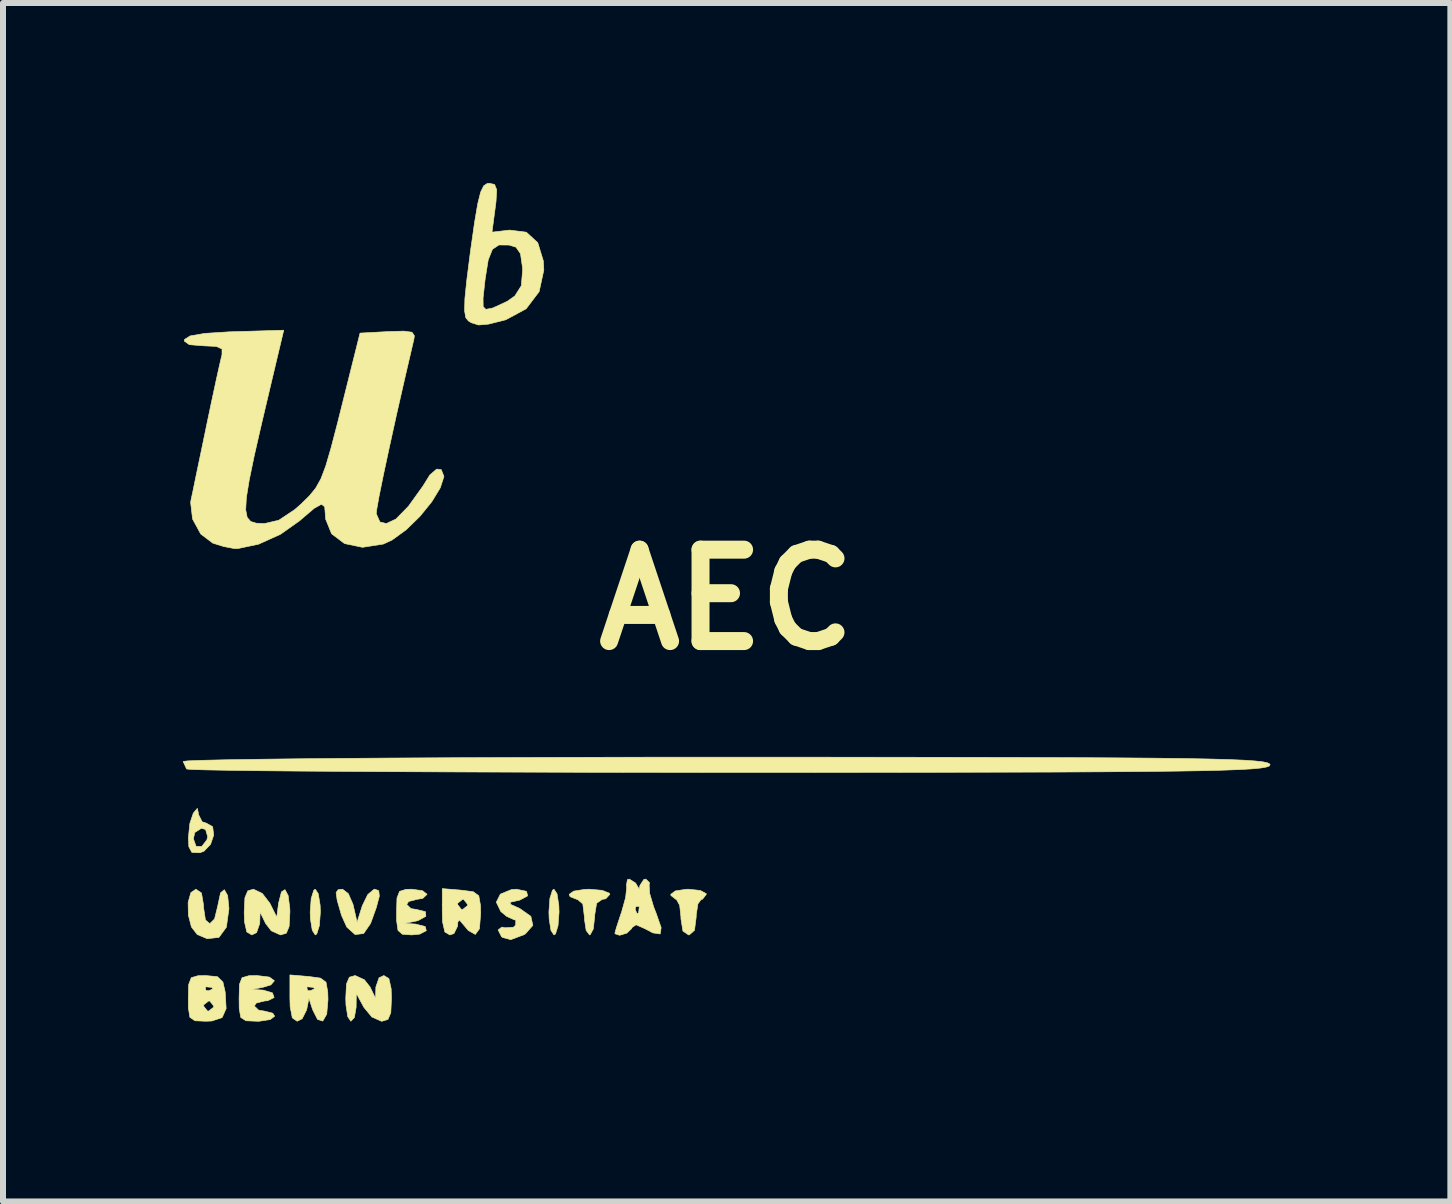
<source format=kicad_pcb>
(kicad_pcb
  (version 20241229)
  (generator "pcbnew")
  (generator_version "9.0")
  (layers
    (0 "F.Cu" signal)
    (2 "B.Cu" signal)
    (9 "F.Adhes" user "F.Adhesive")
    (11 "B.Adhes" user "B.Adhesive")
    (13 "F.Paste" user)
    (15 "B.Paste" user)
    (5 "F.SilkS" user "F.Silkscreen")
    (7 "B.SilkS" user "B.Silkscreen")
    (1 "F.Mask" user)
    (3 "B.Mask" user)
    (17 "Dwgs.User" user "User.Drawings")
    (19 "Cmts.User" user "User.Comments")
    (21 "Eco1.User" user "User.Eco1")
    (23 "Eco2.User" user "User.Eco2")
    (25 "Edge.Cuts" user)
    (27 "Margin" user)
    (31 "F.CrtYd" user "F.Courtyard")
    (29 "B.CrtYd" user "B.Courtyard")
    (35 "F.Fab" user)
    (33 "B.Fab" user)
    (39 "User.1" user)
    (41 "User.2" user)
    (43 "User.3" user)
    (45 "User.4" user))
  (footprint "AEC"
    (layer "F.Cu")
    (at 9.064 6.948)
    (property "Reference" "AEC" (at 0 0 0) (layer "F.SilkS") (effects (font (size 1.524 1.524) (thickness 0.3))))
    (attr through_hole)
    (fp_poly (pts (xy -6.808 4.902) (xy -6.777 5.093) (xy -6.773 5.207) (xy -6.79 5.434) (xy -6.833 5.571) (xy -6.858 5.588) (xy -6.908 5.512) (xy -6.939 5.321) (xy -6.943 5.207) (xy -6.926 4.98) (xy -6.883 4.843) (xy -6.858 4.826) (xy -6.808 4.902)) (stroke (width 0.01) (type solid)) (fill yes) (layer "F.SilkS"))
    (fp_poly (pts (xy -2.828 4.902) (xy -2.798 5.093) (xy -2.794 5.207) (xy -2.811 5.434) (xy -2.853 5.571) (xy -2.879 5.588) (xy -2.929 5.512) (xy -2.959 5.321) (xy -2.963 5.207) (xy -2.947 4.98) (xy -2.904 4.843) (xy -2.879 4.826) (xy -2.828 4.902)) (stroke (width 0.01) (type solid)) (fill yes) (layer "F.SilkS"))
    (fp_poly (pts (xy -5.8 4.85) (xy -5.79 4.941) (xy -5.84 5.13) (xy -5.936 5.397) (xy -6.052 5.565) (xy -6.194 5.582) (xy -6.333 5.457) (xy -6.421 5.261) (xy -6.493 5.01) (xy -6.511 4.881) (xy -6.475 4.833) (xy -6.403 4.826) (xy -6.307 4.9) (xy -6.229 5.079) (xy -6.224 5.101) (xy -6.161 5.376) (xy -6.074 5.101) (xy -5.983 4.915) (xy -5.878 4.827) (xy -5.866 4.826) (xy -5.8 4.85)) (stroke (width 0.01) (type solid)) (fill yes) (layer "F.SilkS"))
    (fp_poly (pts (xy -8.755 4.889) (xy -8.721 5.09) (xy -8.721 5.129) (xy -8.689 5.339) (xy -8.617 5.401) (xy -8.537 5.321) (xy -8.483 5.102) (xy -8.482 5.095) (xy -8.437 4.886) (xy -8.374 4.834) (xy -8.319 4.932) (xy -8.297 5.148) (xy -8.34 5.459) (xy -8.464 5.629) (xy -8.66 5.651) (xy -8.826 5.581) (xy -8.923 5.455) (xy -8.974 5.257) (xy -8.978 5.046) (xy -8.932 4.883) (xy -8.848 4.826) (xy -8.755 4.889)) (stroke (width 0.01) (type solid)) (fill yes) (layer "F.SilkS"))
    (fp_poly (pts (xy -2.074 4.845) (xy -1.956 4.892) (xy -1.947 4.911) (xy -2.016 4.986) (xy -2.074 4.995) (xy -2.168 5.06) (xy -2.201 5.265) (xy -2.201 5.292) (xy -2.223 5.488) (xy -2.275 5.585) (xy -2.286 5.588) (xy -2.342 5.514) (xy -2.37 5.331) (xy -2.371 5.292) (xy -2.398 5.072) (xy -2.486 4.996) (xy -2.498 4.995) (xy -2.61 4.95) (xy -2.625 4.911) (xy -2.55 4.858) (xy -2.362 4.828) (xy -2.286 4.826) (xy -2.074 4.845)) (stroke (width 0.01) (type solid)) (fill yes) (layer "F.SilkS"))
    (fp_poly (pts (xy -0.439 4.847) (xy -0.341 4.9) (xy -0.339 4.911) (xy -0.403 4.993) (xy -0.423 4.995) (xy -0.479 5.07) (xy -0.507 5.253) (xy -0.508 5.292) (xy -0.536 5.511) (xy -0.623 5.587) (xy -0.635 5.588) (xy -0.729 5.524) (xy -0.762 5.319) (xy -0.762 5.292) (xy -0.783 5.096) (xy -0.836 4.998) (xy -0.847 4.995) (xy -0.929 4.931) (xy -0.931 4.911) (xy -0.857 4.855) (xy -0.674 4.827) (xy -0.635 4.826) (xy -0.439 4.847)) (stroke (width 0.01) (type solid)) (fill yes) (layer "F.SilkS"))
    (fp_poly (pts (xy -7.742 4.896) (xy -7.616 5.059) (xy -7.5 5.292) (xy -7.47 5.059) (xy -7.422 4.87) (xy -7.363 4.833) (xy -7.31 4.932) (xy -7.282 5.154) (xy -7.281 5.207) (xy -7.294 5.447) (xy -7.341 5.56) (xy -7.438 5.588) (xy -7.592 5.519) (xy -7.686 5.397) (xy -7.778 5.207) (xy -7.784 5.397) (xy -7.837 5.55) (xy -7.916 5.588) (xy -8 5.538) (xy -8.038 5.369) (xy -8.043 5.207) (xy -8.031 4.967) (xy -7.983 4.853) (xy -7.888 4.826) (xy -7.742 4.896)) (stroke (width 0.01) (type solid)) (fill yes) (layer "F.SilkS"))
    (fp_poly (pts (xy -5.631 6.315) (xy -5.593 6.485) (xy -5.588 6.646) (xy -5.599 6.885) (xy -5.646 6.997) (xy -5.746 7.027) (xy -5.755 7.027) (xy -5.915 6.956) (xy -6.048 6.795) (xy -6.174 6.562) (xy -6.177 6.795) (xy -6.206 6.964) (xy -6.265 7.027) (xy -6.316 6.952) (xy -6.346 6.76) (xy -6.35 6.646) (xy -6.338 6.406) (xy -6.29 6.293) (xy -6.194 6.265) (xy -6.04 6.335) (xy -5.945 6.456) (xy -5.853 6.646) (xy -5.848 6.456) (xy -5.795 6.303) (xy -5.715 6.265) (xy -5.631 6.315)) (stroke (width 0.01) (type solid)) (fill yes) (layer "F.SilkS"))
    (fp_poly (pts (xy -6.968 6.281) (xy -6.771 6.308) (xy -6.679 6.376) (xy -6.65 6.539) (xy -6.646 6.668) (xy -6.667 6.909) (xy -6.733 7.024) (xy -6.82 6.997) (xy -6.901 6.837) (xy -6.964 6.646) (xy -7.002 6.837) (xy -7.077 6.986) (xy -7.16 7.027) (xy -7.241 6.971) (xy -7.277 6.785) (xy -7.281 6.641) (xy -7.281 6.463) (xy -6.999 6.463) (xy -6.987 6.513) (xy -6.943 6.519) (xy -6.873 6.488) (xy -6.886 6.463) (xy -6.987 6.453) (xy -6.999 6.463) (xy -7.281 6.463) (xy -7.281 6.255) (xy -6.968 6.281)) (stroke (width 0.01) (type solid)) (fill yes) (layer "F.SilkS"))
    (fp_poly (pts (xy -8.807 3.558) (xy -8.807 3.577) (xy -8.744 3.702) (xy -8.673 3.725) (xy -8.569 3.784) (xy -8.551 3.922) (xy -8.604 4.078) (xy -8.715 4.194) (xy -8.784 4.218) (xy -8.915 4.213) (xy -8.966 4.118) (xy -8.972 3.986) (xy -8.89 3.986) (xy -8.845 4.111) (xy -8.751 4.114) (xy -8.666 4.005) (xy -8.651 3.951) (xy -8.687 3.83) (xy -8.757 3.81) (xy -8.867 3.881) (xy -8.89 3.986) (xy -8.972 3.986) (xy -8.973 3.964) (xy -8.949 3.729) (xy -8.891 3.557) (xy -8.89 3.556) (xy -8.824 3.478) (xy -8.807 3.558)) (stroke (width 0.01) (type solid)) (fill yes) (layer "F.SilkS"))
    (fp_poly (pts (xy -7.622 6.291) (xy -7.539 6.352) (xy -7.599 6.421) (xy -7.726 6.46) (xy -7.916 6.496) (xy -7.726 6.508) (xy -7.572 6.554) (xy -7.544 6.632) (xy -7.651 6.685) (xy -7.705 6.689) (xy -7.842 6.724) (xy -7.874 6.773) (xy -7.803 6.842) (xy -7.705 6.858) (xy -7.567 6.893) (xy -7.535 6.943) (xy -7.61 6.999) (xy -7.793 7.027) (xy -7.832 7.027) (xy -8.014 7.019) (xy -8.1 6.964) (xy -8.126 6.816) (xy -8.128 6.646) (xy -8.122 6.412) (xy -8.079 6.301) (xy -7.964 6.268) (xy -7.832 6.265) (xy -7.622 6.291)) (stroke (width 0.01) (type solid)) (fill yes) (layer "F.SilkS"))
    (fp_poly (pts (xy -5.071 4.851) (xy -4.995 4.91) (xy -4.995 4.911) (xy -5.066 4.979) (xy -5.165 4.995) (xy -5.302 5.031) (xy -5.334 5.08) (xy -5.263 5.149) (xy -5.165 5.165) (xy -5.02 5.201) (xy -5.015 5.278) (xy -5.145 5.349) (xy -5.186 5.359) (xy -5.376 5.396) (xy -5.186 5.407) (xy -5.025 5.448) (xy -5.007 5.517) (xy -5.118 5.575) (xy -5.249 5.588) (xy -5.406 5.577) (xy -5.479 5.513) (xy -5.502 5.351) (xy -5.503 5.207) (xy -5.496 4.973) (xy -5.453 4.862) (xy -5.345 4.828) (xy -5.249 4.826) (xy -5.071 4.851)) (stroke (width 0.01) (type solid)) (fill yes) (layer "F.SilkS"))
    (fp_poly (pts (xy -3.336 4.862) (xy -3.318 4.937) (xy -3.45 5.008) (xy -3.493 5.017) (xy -3.614 5.045) (xy -3.596 5.082) (xy -3.45 5.147) (xy -3.264 5.278) (xy -3.231 5.429) (xy -3.355 5.57) (xy -3.381 5.585) (xy -3.599 5.667) (xy -3.74 5.629) (xy -3.754 5.616) (xy -3.81 5.504) (xy -3.746 5.457) (xy -3.692 5.469) (xy -3.555 5.46) (xy -3.517 5.424) (xy -3.515 5.342) (xy -3.545 5.334) (xy -3.666 5.28) (xy -3.765 5.198) (xy -3.84 5.042) (xy -3.772 4.907) (xy -3.587 4.832) (xy -3.503 4.826) (xy -3.336 4.862)) (stroke (width 0.01) (type solid)) (fill yes) (layer "F.SilkS"))
    (fp_poly (pts (xy -4.424 4.842) (xy -4.225 4.868) (xy -4.132 4.936) (xy -4.104 5.096) (xy -4.101 5.228) (xy -4.121 5.485) (xy -4.19 5.58) (xy -4.308 5.513) (xy -4.369 5.44) (xy -4.456 5.338) (xy -4.482 5.374) (xy -4.485 5.44) (xy -4.546 5.565) (xy -4.614 5.588) (xy -4.698 5.539) (xy -4.736 5.371) (xy -4.741 5.202) (xy -4.741 5.08) (xy -4.487 5.08) (xy -4.423 5.162) (xy -4.403 5.165) (xy -4.32 5.1) (xy -4.318 5.08) (xy -4.382 4.998) (xy -4.403 4.995) (xy -4.485 5.06) (xy -4.487 5.08) (xy -4.741 5.08) (xy -4.741 4.816) (xy -4.424 4.842)) (stroke (width 0.01) (type solid)) (fill yes) (layer "F.SilkS"))
    (fp_poly (pts (xy -8.489 6.284) (xy -8.398 6.373) (xy -8.36 6.54) (xy -8.344 6.816) (xy -8.411 6.966) (xy -8.583 7.023) (xy -8.687 7.027) (xy -8.864 7.019) (xy -8.948 6.962) (xy -8.973 6.811) (xy -8.973 6.773) (xy -8.721 6.773) (xy -8.656 6.856) (xy -8.636 6.858) (xy -8.554 6.794) (xy -8.551 6.773) (xy -8.616 6.691) (xy -8.636 6.689) (xy -8.718 6.753) (xy -8.721 6.773) (xy -8.973 6.773) (xy -8.975 6.646) (xy -8.97 6.463) (xy -8.692 6.463) (xy -8.681 6.513) (xy -8.636 6.519) (xy -8.566 6.488) (xy -8.58 6.463) (xy -8.68 6.453) (xy -8.692 6.463) (xy -8.97 6.463) (xy -8.968 6.412) (xy -8.925 6.301) (xy -8.812 6.268) (xy -8.688 6.265) (xy -8.489 6.284)) (stroke (width 0.01) (type solid)) (fill yes) (layer "F.SilkS"))
    (fp_poly (pts (xy -1.286 4.717) (xy -1.292 4.763) (xy -1.283 4.899) (xy -1.217 5.121) (xy -1.175 5.228) (xy -1.092 5.467) (xy -1.108 5.572) (xy -1.23 5.554) (xy -1.367 5.482) (xy -1.511 5.419) (xy -1.578 5.465) (xy -1.584 5.482) (xy -1.664 5.558) (xy -1.784 5.594) (xy -1.86 5.569) (xy -1.863 5.556) (xy -1.837 5.464) (xy -1.774 5.272) (xy -1.748 5.196) (xy -1.74 5.165) (xy -1.524 5.165) (xy -1.493 5.234) (xy -1.468 5.221) (xy -1.457 5.121) (xy -1.468 5.108) (xy -1.518 5.12) (xy -1.524 5.165) (xy -1.74 5.165) (xy -1.684 4.964) (xy -1.666 4.791) (xy -1.671 4.763) (xy -1.655 4.667) (xy -1.623 4.657) (xy -1.518 4.723) (xy -1.495 4.763) (xy -1.457 4.825) (xy -1.446 4.763) (xy -1.381 4.664) (xy -1.348 4.657) (xy -1.286 4.717)) (stroke (width 0.01) (type solid)) (fill yes) (layer "F.SilkS"))
    (fp_poly (pts (xy -3.869 -6.923) (xy -3.834 -6.835) (xy -3.845 -6.637) (xy -3.858 -6.535) (xy -3.912 -6.128) (xy -3.618 -6.162) (xy -3.339 -6.127) (xy -3.149 -5.952) (xy -3.056 -5.648) (xy -3.048 -5.496) (xy -3.126 -5.136) (xy -3.343 -4.85) (xy -3.678 -4.669) (xy -3.708 -4.66) (xy -3.973 -4.594) (xy -4.136 -4.58) (xy -4.257 -4.618) (xy -4.305 -4.647) (xy -4.349 -4.702) (xy -4.369 -4.816) (xy -4.364 -5.014) (xy -4.363 -5.027) (xy -4.061 -5.027) (xy -4.059 -4.885) (xy -4.014 -4.841) (xy -3.913 -4.86) (xy -3.886 -4.869) (xy -3.659 -4.974) (xy -3.531 -5.064) (xy -3.423 -5.235) (xy -3.401 -5.503) (xy -3.404 -5.541) (xy -3.437 -5.769) (xy -3.512 -5.877) (xy -3.629 -5.913) (xy -3.797 -5.914) (xy -3.905 -5.842) (xy -3.975 -5.665) (xy -4.025 -5.353) (xy -4.031 -5.302) (xy -4.061 -5.027) (xy -4.363 -5.027) (xy -4.333 -5.323) (xy -4.276 -5.77) (xy -4.268 -5.831) (xy -4.203 -6.287) (xy -4.15 -6.6) (xy -4.101 -6.796) (xy -4.05 -6.901) (xy -3.99 -6.94) (xy -3.96 -6.943) (xy -3.869 -6.923)) (stroke (width 0.01) (type solid)) (fill yes) (layer "F.SilkS"))
    (fp_poly (pts (xy 1.447 2.625) (xy 2.735 2.626) (xy 3.871 2.627) (xy 4.865 2.629) (xy 5.726 2.632) (xy 6.464 2.636) (xy 7.088 2.641) (xy 7.606 2.647) (xy 8.028 2.655) (xy 8.363 2.664) (xy 8.62 2.675) (xy 8.809 2.688) (xy 8.937 2.702) (xy 9.016 2.719) (xy 9.053 2.738) (xy 9.059 2.752) (xy 9.045 2.772) (xy 8.995 2.79) (xy 8.901 2.806) (xy 8.754 2.82) (xy 8.543 2.832) (xy 8.261 2.842) (xy 7.898 2.851) (xy 7.445 2.858) (xy 6.893 2.864) (xy 6.231 2.869) (xy 5.452 2.873) (xy 4.547 2.875) (xy 3.505 2.877) (xy 2.318 2.878) (xy 0.976 2.879) (xy 0.056 2.879) (xy -1.164 2.878) (xy -2.337 2.877) (xy -3.451 2.874) (xy -4.495 2.871) (xy -5.458 2.867) (xy -6.33 2.862) (xy -7.098 2.857) (xy -7.751 2.851) (xy -8.28 2.844) (xy -8.672 2.837) (xy -8.917 2.83) (xy -9.003 2.822) (xy -9.059 2.701) (xy -9.059 2.695) (xy -8.976 2.686) (xy -8.735 2.677) (xy -8.347 2.668) (xy -7.822 2.66) (xy -7.171 2.652) (xy -6.406 2.645) (xy -5.537 2.639) (xy -4.576 2.634) (xy -3.533 2.63) (xy -2.419 2.627) (xy -1.246 2.625) (xy -0.023 2.625) (xy 0 2.625) (xy 1.447 2.625)) (stroke (width 0.01) (type solid)) (fill yes) (layer "F.SilkS"))
    (fp_poly (pts (xy -7.591 -3.622) (xy -7.752 -2.94) (xy -7.875 -2.403) (xy -7.959 -1.996) (xy -8.007 -1.701) (xy -8.018 -1.499) (xy -7.993 -1.372) (xy -7.934 -1.304) (xy -7.842 -1.276) (xy -7.716 -1.27) (xy -7.704 -1.27) (xy -7.467 -1.325) (xy -7.201 -1.502) (xy -7.093 -1.597) (xy -6.957 -1.731) (xy -6.852 -1.859) (xy -6.765 -2.014) (xy -6.684 -2.227) (xy -6.596 -2.528) (xy -6.486 -2.949) (xy -6.427 -3.185) (xy -6.112 -4.445) (xy -5.645 -4.47) (xy -5.379 -4.478) (xy -5.245 -4.459) (xy -5.206 -4.401) (xy -5.214 -4.343) (xy -5.365 -3.694) (xy -5.504 -3.084) (xy -5.624 -2.538) (xy -5.723 -2.077) (xy -5.795 -1.722) (xy -5.835 -1.497) (xy -5.842 -1.434) (xy -5.78 -1.296) (xy -5.673 -1.27) (xy -5.513 -1.345) (xy -5.304 -1.559) (xy -5.063 -1.895) (xy -4.948 -2.08) (xy -4.834 -2.178) (xy -4.758 -2.169) (xy -4.713 -2.055) (xy -4.774 -1.866) (xy -4.916 -1.633) (xy -5.114 -1.389) (xy -5.343 -1.166) (xy -5.577 -0.996) (xy -5.724 -0.928) (xy -6.071 -0.874) (xy -6.37 -0.936) (xy -6.586 -1.099) (xy -6.686 -1.346) (xy -6.689 -1.403) (xy -6.701 -1.55) (xy -6.755 -1.592) (xy -6.875 -1.525) (xy -7.087 -1.345) (xy -7.117 -1.318) (xy -7.438 -1.091) (xy -7.803 -0.926) (xy -8.143 -0.854) (xy -8.213 -0.854) (xy -8.385 -0.887) (xy -8.566 -0.943) (xy -8.768 -1.096) (xy -8.904 -1.346) (xy -8.936 -1.621) (xy -8.929 -1.666) (xy -8.899 -1.805) (xy -8.844 -2.073) (xy -8.769 -2.431) (xy -8.683 -2.843) (xy -8.676 -2.879) (xy -8.589 -3.293) (xy -8.511 -3.656) (xy -8.45 -3.93) (xy -8.415 -4.079) (xy -8.413 -4.085) (xy -8.413 -4.18) (xy -8.508 -4.223) (xy -8.722 -4.233) (xy -8.958 -4.252) (xy -9.042 -4.312) (xy -9.038 -4.339) (xy -8.944 -4.398) (xy -8.699 -4.44) (xy -8.295 -4.466) (xy -8.194 -4.469) (xy -7.384 -4.493) (xy -7.591 -3.622)) (stroke (width 0.01) (type solid)) (fill yes) (layer "F.SilkS")))
  (gr_rect
    (start -3 -3)
    (end 21.129 16.98)
    (stroke (width 0.1) (type default))
    (fill no)
    (layer "Edge.Cuts")))
</source>
